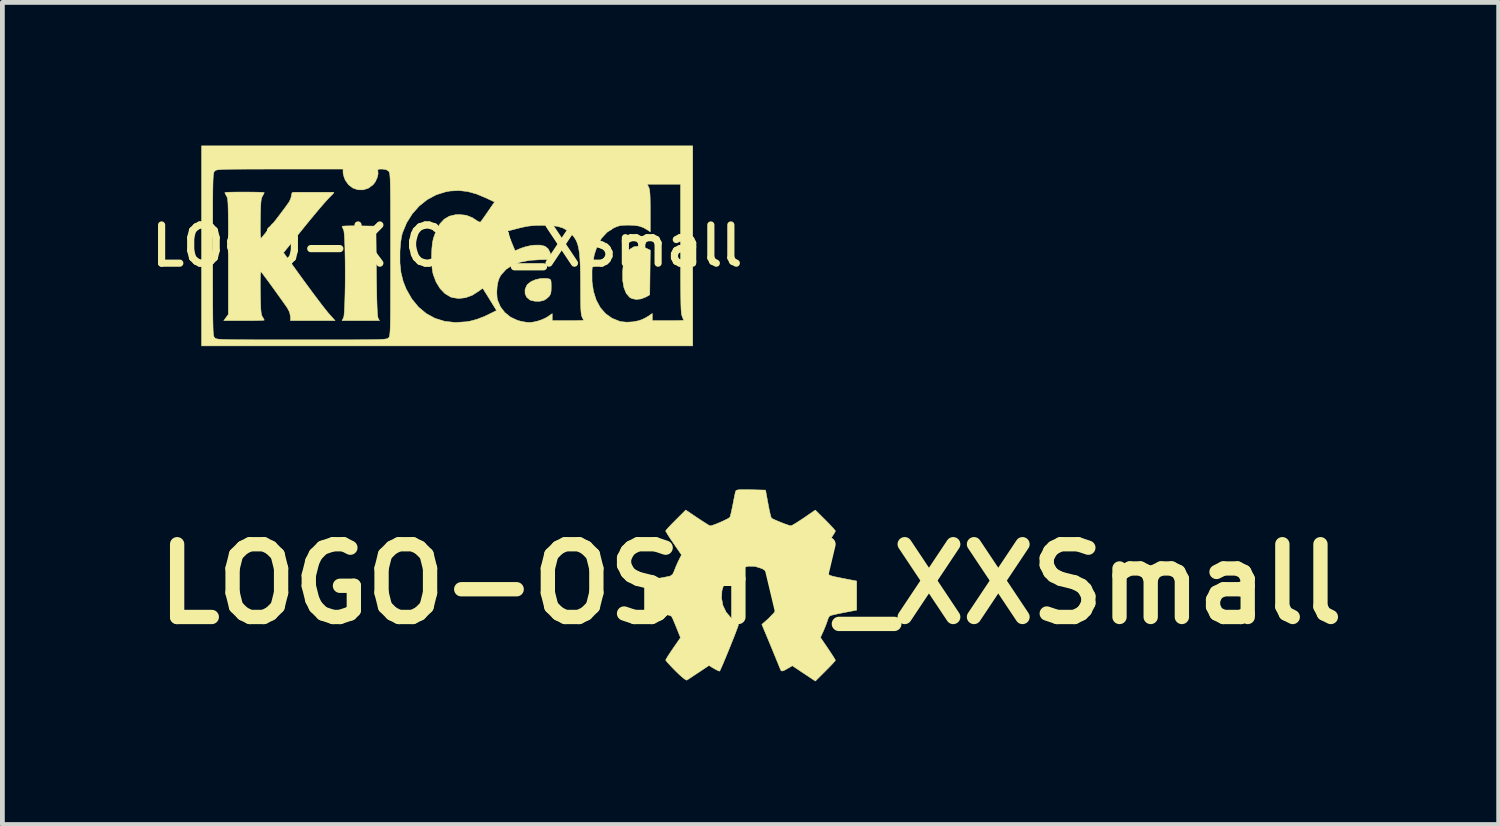
<source format=kicad_pcb>
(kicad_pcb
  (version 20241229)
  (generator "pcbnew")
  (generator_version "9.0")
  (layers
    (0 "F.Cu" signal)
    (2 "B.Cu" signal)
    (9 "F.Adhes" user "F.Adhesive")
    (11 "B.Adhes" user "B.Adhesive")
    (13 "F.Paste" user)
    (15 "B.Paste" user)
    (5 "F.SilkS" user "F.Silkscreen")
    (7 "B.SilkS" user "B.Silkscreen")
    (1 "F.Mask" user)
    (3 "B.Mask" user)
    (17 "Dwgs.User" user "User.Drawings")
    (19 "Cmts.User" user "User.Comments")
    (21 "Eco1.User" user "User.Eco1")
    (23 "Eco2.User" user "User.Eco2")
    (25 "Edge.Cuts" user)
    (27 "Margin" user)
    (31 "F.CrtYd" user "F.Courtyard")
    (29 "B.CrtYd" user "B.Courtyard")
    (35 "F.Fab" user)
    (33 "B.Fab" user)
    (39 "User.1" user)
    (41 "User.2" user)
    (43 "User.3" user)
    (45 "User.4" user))
  (footprint "LOGO-KICAD_XSmall"
    (layer "F.Cu")
    (at 6.316 2.1)
    (property "Reference" "LOGO-KICAD_XSmall" (at 0 0 0) (layer "F.SilkS") (effects (font (size 0.8 0.8) (thickness 0.15))))
    (attr smd)
    (fp_poly (pts (xy 4.125 0.031) (xy 4.178 0.053) (xy 4.255 0.09) (xy 4.244 1.025) (xy 4.159 1.073) (xy 4.062 1.111) (xy 3.961 1.122) (xy 3.871 1.104) (xy 3.823 1.078) (xy 3.752 0.995) (xy 3.704 0.879) (xy 3.678 0.73) (xy 3.676 0.55) (xy 3.684 0.448) (xy 3.712 0.286) (xy 3.76 0.161) (xy 3.826 0.072) (xy 3.91 0.02) (xy 4.01 0.006) (xy 4.125 0.031)) (stroke (width 0.01) (type solid)) (fill yes) (layer "F.SilkS"))
    (fp_poly (pts (xy 2.133 0.691) (xy 2.157 0.701) (xy 2.172 0.721) (xy 2.178 0.762) (xy 2.18 0.833) (xy 2.18 0.857) (xy 2.178 0.941) (xy 2.17 0.996) (xy 2.153 1.034) (xy 2.128 1.066) (xy 2.076 1.111) (xy 2.023 1.143) (xy 2.021 1.143) (xy 1.938 1.161) (xy 1.844 1.16) (xy 1.759 1.143) (xy 1.731 1.131) (xy 1.665 1.074) (xy 1.632 0.998) (xy 1.632 0.913) (xy 1.667 0.83) (xy 1.684 0.806) (xy 1.756 0.749) (xy 1.854 0.707) (xy 1.965 0.683) (xy 2.075 0.681) (xy 2.133 0.691)) (stroke (width 0.01) (type solid)) (fill yes) (layer "F.SilkS"))
    (fp_poly (pts (xy -1.847 -0.419) (xy -1.492 -0.413) (xy -1.482 0.529) (xy -1.479 0.77) (xy -1.475 0.971) (xy -1.472 1.136) (xy -1.468 1.268) (xy -1.463 1.369) (xy -1.458 1.442) (xy -1.452 1.49) (xy -1.445 1.516) (xy -1.444 1.519) (xy -1.417 1.566) (xy -2.202 1.566) (xy -2.17 1.504) (xy -2.161 1.466) (xy -2.154 1.391) (xy -2.148 1.286) (xy -2.143 1.155) (xy -2.139 1.005) (xy -2.136 0.841) (xy -2.135 0.668) (xy -2.135 0.493) (xy -2.136 0.321) (xy -2.139 0.157) (xy -2.142 0.007) (xy -2.147 -0.123) (xy -2.153 -0.228) (xy -2.161 -0.301) (xy -2.169 -0.338) (xy -2.17 -0.339) (xy -2.192 -0.382) (xy -2.201 -0.408) (xy -2.181 -0.413) (xy -2.126 -0.417) (xy -2.042 -0.419) (xy -1.937 -0.419) (xy -1.847 -0.419)) (stroke (width 0.01) (type solid)) (fill yes) (layer "F.SilkS"))
    (fp_poly (pts (xy -4.158 -1.127) (xy -4.05 -1.126) (xy -3.956 -1.124) (xy -3.883 -1.122) (xy -3.84 -1.118) (xy -3.831 -1.116) (xy -3.842 -1.088) (xy -3.867 -1.044) (xy -3.868 -1.043) (xy -3.881 -1.017) (xy -3.891 -0.983) (xy -3.899 -0.932) (xy -3.904 -0.86) (xy -3.908 -0.76) (xy -3.911 -0.627) (xy -3.912 -0.562) (xy -3.914 -0.399) (xy -3.913 -0.278) (xy -3.909 -0.198) (xy -3.903 -0.161) (xy -3.898 -0.159) (xy -3.866 -0.195) (xy -3.815 -0.257) (xy -3.749 -0.339) (xy -3.674 -0.435) (xy -3.594 -0.538) (xy -3.515 -0.641) (xy -3.442 -0.738) (xy -3.379 -0.823) (xy -3.331 -0.89) (xy -3.303 -0.931) (xy -3.301 -0.936) (xy -3.274 -0.999) (xy -3.26 -1.058) (xy -3.26 -1.068) (xy -3.249 -1.111) (xy -3.228 -1.122) (xy -3.197 -1.122) (xy -3.132 -1.123) (xy -3.042 -1.123) (xy -2.934 -1.123) (xy -2.818 -1.123) (xy -2.7 -1.123) (xy -2.589 -1.123) (xy -2.493 -1.123) (xy -2.42 -1.123) (xy -2.378 -1.122) (xy -2.372 -1.122) (xy -2.376 -1.109) (xy -2.406 -1.074) (xy -2.455 -1.025) (xy -2.467 -1.013) (xy -2.509 -0.969) (xy -2.573 -0.898) (xy -2.655 -0.803) (xy -2.75 -0.69) (xy -2.854 -0.565) (xy -2.963 -0.432) (xy -3.004 -0.381) (xy -3.427 0.143) (xy -3.015 0.712) (xy -2.909 0.856) (xy -2.806 0.996) (xy -2.708 1.126) (xy -2.621 1.241) (xy -2.548 1.334) (xy -2.493 1.402) (xy -2.475 1.423) (xy -2.347 1.566) (xy -3.281 1.566) (xy -3.281 1.486) (xy -3.299 1.393) (xy -3.341 1.311) (xy -3.369 1.269) (xy -3.416 1.202) (xy -3.477 1.116) (xy -3.547 1.018) (xy -3.621 0.915) (xy -3.695 0.813) (xy -3.765 0.718) (xy -3.825 0.637) (xy -3.87 0.576) (xy -3.897 0.543) (xy -3.899 0.54) (xy -3.906 0.553) (xy -3.91 0.605) (xy -3.913 0.694) (xy -3.914 0.817) (xy -3.912 0.971) (xy -3.912 0.975) (xy -3.909 1.129) (xy -3.906 1.247) (xy -3.902 1.335) (xy -3.896 1.397) (xy -3.888 1.44) (xy -3.878 1.471) (xy -3.868 1.487) (xy -3.842 1.53) (xy -3.831 1.555) (xy -3.831 1.555) (xy -3.851 1.558) (xy -3.907 1.561) (xy -3.993 1.564) (xy -4.102 1.566) (xy -4.228 1.566) (xy -4.255 1.566) (xy -4.679 1.566) (xy -4.631 1.501) (xy -4.583 1.436) (xy -4.583 0.225) (xy -4.583 -0.032) (xy -4.583 -0.251) (xy -4.583 -0.434) (xy -4.584 -0.584) (xy -4.586 -0.706) (xy -4.588 -0.803) (xy -4.59 -0.877) (xy -4.594 -0.934) (xy -4.598 -0.975) (xy -4.604 -1.004) (xy -4.611 -1.025) (xy -4.619 -1.041) (xy -4.624 -1.049) (xy -4.648 -1.091) (xy -4.656 -1.116) (xy -4.655 -1.117) (xy -4.63 -1.121) (xy -4.571 -1.124) (xy -4.486 -1.126) (xy -4.384 -1.127) (xy -4.272 -1.127) (xy -4.158 -1.127)) (stroke (width 0.01) (type solid)) (fill yes) (layer "F.SilkS"))
    (fp_poly (pts (xy 5.144 2.095) (xy -5.144 2.095) (xy -5.144 0.18) (xy -4.911 0.18) (xy -4.911 0.488) (xy -4.911 0.757) (xy -4.91 0.989) (xy -4.91 1.187) (xy -4.909 1.354) (xy -4.908 1.493) (xy -4.906 1.606) (xy -4.904 1.696) (xy -4.902 1.766) (xy -4.898 1.819) (xy -4.895 1.858) (xy -4.89 1.885) (xy -4.884 1.903) (xy -4.878 1.915) (xy -4.871 1.924) (xy -4.868 1.926) (xy -4.86 1.934) (xy -4.849 1.94) (xy -4.833 1.946) (xy -4.81 1.951) (xy -4.775 1.955) (xy -4.728 1.958) (xy -4.664 1.961) (xy -4.581 1.963) (xy -4.477 1.965) (xy -4.349 1.966) (xy -4.194 1.967) (xy -4.008 1.968) (xy -3.791 1.968) (xy -3.538 1.968) (xy -3.248 1.968) (xy -3.048 1.968) (xy -2.733 1.968) (xy -2.457 1.968) (xy -2.218 1.968) (xy -2.013 1.968) (xy -1.84 1.967) (xy -1.695 1.966) (xy -1.576 1.964) (xy -1.481 1.963) (xy -1.406 1.96) (xy -1.348 1.957) (xy -1.306 1.953) (xy -1.276 1.949) (xy -1.256 1.944) (xy -1.242 1.938) (xy -1.233 1.931) (xy -1.228 1.926) (xy -1.22 1.918) (xy -1.213 1.907) (xy -1.208 1.891) (xy -1.203 1.866) (xy -1.199 1.831) (xy -1.195 1.782) (xy -1.192 1.717) (xy -1.19 1.633) (xy -1.188 1.527) (xy -1.187 1.395) (xy -1.186 1.237) (xy -1.186 1.047) (xy -1.186 0.825) (xy -1.185 0.567) (xy -1.185 0.358) (xy -0.989 0.358) (xy -0.967 0.56) (xy -0.921 0.745) (xy -0.858 0.904) (xy -0.741 1.11) (xy -0.6 1.282) (xy -0.437 1.418) (xy -0.254 1.518) (xy -0.052 1.58) (xy 0.167 1.605) (xy 0.402 1.59) (xy 0.48 1.577) (xy 0.622 1.539) (xy 0.777 1.48) (xy 0.84 1.45) (xy 1.035 1.354) (xy 0.895 1.127) (xy 0.842 1.04) (xy 0.805 0.982) (xy 1.04 0.982) (xy 1.047 1.091) (xy 1.056 1.136) (xy 1.115 1.275) (xy 1.208 1.396) (xy 1.329 1.493) (xy 1.472 1.56) (xy 1.542 1.579) (xy 1.641 1.598) (xy 1.718 1.605) (xy 1.79 1.599) (xy 1.877 1.581) (xy 1.895 1.576) (xy 1.983 1.547) (xy 2.069 1.507) (xy 2.111 1.482) (xy 2.201 1.419) (xy 2.201 1.566) (xy 2.529 1.566) (xy 2.642 1.566) (xy 2.738 1.564) (xy 2.81 1.562) (xy 2.851 1.56) (xy 2.857 1.558) (xy 2.849 1.536) (xy 2.827 1.492) (xy 2.826 1.489) (xy 2.816 1.464) (xy 2.809 1.425) (xy 2.803 1.368) (xy 2.799 1.289) (xy 2.796 1.182) (xy 2.795 1.044) (xy 2.794 0.868) (xy 2.794 0.847) (xy 2.793 0.618) (xy 2.791 0.519) (xy 3.034 0.519) (xy 3.035 0.747) (xy 3.065 0.953) (xy 3.123 1.136) (xy 3.208 1.293) (xy 3.319 1.42) (xy 3.453 1.516) (xy 3.609 1.579) (xy 3.648 1.588) (xy 3.76 1.599) (xy 3.887 1.592) (xy 4.008 1.569) (xy 4.081 1.544) (xy 4.153 1.509) (xy 4.219 1.47) (xy 4.234 1.46) (xy 4.297 1.415) (xy 4.297 1.566) (xy 4.625 1.566) (xy 4.737 1.566) (xy 4.833 1.565) (xy 4.905 1.562) (xy 4.946 1.56) (xy 4.953 1.558) (xy 4.946 1.536) (xy 4.927 1.489) (xy 4.921 1.474) (xy 4.915 1.454) (xy 4.909 1.424) (xy 4.904 1.381) (xy 4.9 1.322) (xy 4.897 1.244) (xy 4.895 1.145) (xy 4.893 1.02) (xy 4.891 0.867) (xy 4.89 0.683) (xy 4.89 0.464) (xy 4.89 0.208) (xy 4.889 0.054) (xy 4.889 -1.291) (xy 4.19 -1.291) (xy 4.222 -1.229) (xy 4.234 -1.198) (xy 4.242 -1.154) (xy 4.248 -1.09) (xy 4.252 -1.001) (xy 4.254 -0.881) (xy 4.255 -0.73) (xy 4.255 -0.293) (xy 4.196 -0.334) (xy 4.111 -0.383) (xy 4.022 -0.414) (xy 3.916 -0.43) (xy 3.799 -0.434) (xy 3.7 -0.432) (xy 3.628 -0.425) (xy 3.568 -0.409) (xy 3.504 -0.382) (xy 3.489 -0.375) (xy 3.35 -0.285) (xy 3.236 -0.162) (xy 3.147 -0.007) (xy 3.083 0.181) (xy 3.044 0.403) (xy 3.034 0.519) (xy 2.791 0.519) (xy 2.789 0.428) (xy 2.781 0.27) (xy 2.77 0.141) (xy 2.752 0.036) (xy 2.729 -0.05) (xy 2.699 -0.12) (xy 2.661 -0.181) (xy 2.615 -0.236) (xy 2.591 -0.26) (xy 2.511 -0.326) (xy 2.425 -0.374) (xy 2.324 -0.406) (xy 2.201 -0.424) (xy 2.046 -0.43) (xy 2 -0.43) (xy 1.869 -0.428) (xy 1.764 -0.421) (xy 1.668 -0.409) (xy 1.566 -0.387) (xy 1.489 -0.368) (xy 1.253 -0.307) (xy 1.338 -0.103) (xy 1.422 0.101) (xy 1.55 0.049) (xy 1.645 0.018) (xy 1.753 -0.006) (xy 1.823 -0.015) (xy 1.95 -0.016) (xy 2.046 0.007) (xy 2.112 0.057) (xy 2.155 0.136) (xy 2.171 0.206) (xy 2.184 0.287) (xy 1.965 0.289) (xy 1.732 0.303) (xy 1.532 0.341) (xy 1.366 0.405) (xy 1.232 0.494) (xy 1.13 0.608) (xy 1.095 0.667) (xy 1.065 0.753) (xy 1.046 0.864) (xy 1.04 0.982) (xy 0.805 0.982) (xy 0.796 0.968) (xy 0.764 0.916) (xy 0.749 0.892) (xy 0.749 0.892) (xy 0.73 0.899) (xy 0.69 0.927) (xy 0.659 0.95) (xy 0.525 1.035) (xy 0.383 1.086) (xy 0.241 1.102) (xy 0.107 1.082) (xy 0.068 1.068) (xy -0.047 0.998) (xy -0.148 0.893) (xy -0.231 0.758) (xy -0.291 0.6) (xy -0.298 0.572) (xy -0.315 0.468) (xy -0.325 0.339) (xy -0.326 0.198) (xy -0.32 0.059) (xy -0.307 -0.066) (xy -0.288 -0.158) (xy -0.226 -0.329) (xy -0.151 -0.462) (xy -0.062 -0.558) (xy 0.045 -0.621) (xy 0.172 -0.652) (xy 0.254 -0.656) (xy 0.399 -0.641) (xy 0.527 -0.591) (xy 0.609 -0.537) (xy 0.658 -0.506) (xy 0.693 -0.497) (xy 0.699 -0.5) (xy 0.718 -0.524) (xy 0.755 -0.575) (xy 0.805 -0.646) (xy 0.855 -0.719) (xy 0.993 -0.919) (xy 0.82 -1.001) (xy 0.615 -1.087) (xy 0.426 -1.139) (xy 0.245 -1.159) (xy 0.062 -1.149) (xy -0.032 -1.132) (xy -0.231 -1.069) (xy -0.417 -0.969) (xy -0.584 -0.836) (xy -0.729 -0.673) (xy -0.847 -0.486) (xy -0.934 -0.277) (xy -0.941 -0.254) (xy -0.958 -0.18) (xy -0.973 -0.076) (xy -0.984 0.046) (xy -0.989 0.128) (xy -0.989 0.358) (xy -1.185 0.358) (xy -1.185 0.27) (xy -1.185 0.18) (xy -1.185 -0.128) (xy -1.185 -0.397) (xy -1.186 -0.629) (xy -1.186 -0.827) (xy -1.187 -0.994) (xy -1.188 -1.133) (xy -1.19 -1.246) (xy -1.192 -1.336) (xy -1.194 -1.406) (xy -1.198 -1.459) (xy -1.201 -1.498) (xy -1.206 -1.525) (xy -1.212 -1.543) (xy -1.218 -1.555) (xy -1.225 -1.564) (xy -1.228 -1.566) (xy -1.28 -1.598) (xy -1.359 -1.609) (xy -1.367 -1.609) (xy -1.425 -1.607) (xy -1.451 -1.598) (xy -1.453 -1.577) (xy -1.45 -1.567) (xy -1.447 -1.502) (xy -1.468 -1.421) (xy -1.506 -1.34) (xy -1.553 -1.279) (xy -1.651 -1.208) (xy -1.759 -1.173) (xy -1.869 -1.175) (xy -1.974 -1.211) (xy -2.065 -1.28) (xy -2.133 -1.375) (xy -2.161 -1.447) (xy -2.178 -1.516) (xy -2.18 -1.539) (xy -2.18 -1.609) (xy -3.503 -1.609) (xy -3.772 -1.609) (xy -4.003 -1.608) (xy -4.197 -1.608) (xy -4.358 -1.607) (xy -4.49 -1.606) (xy -4.596 -1.605) (xy -4.678 -1.602) (xy -4.741 -1.599) (xy -4.786 -1.595) (xy -4.818 -1.591) (xy -4.84 -1.585) (xy -4.854 -1.578) (xy -4.865 -1.57) (xy -4.868 -1.566) (xy -4.876 -1.558) (xy -4.883 -1.547) (xy -4.888 -1.531) (xy -4.893 -1.506) (xy -4.897 -1.471) (xy -4.901 -1.423) (xy -4.904 -1.357) (xy -4.906 -1.273) (xy -4.908 -1.167) (xy -4.909 -1.036) (xy -4.91 -0.877) (xy -4.91 -0.688) (xy -4.91 -0.465) (xy -4.911 -0.207) (xy -4.911 0.09) (xy -4.911 0.18) (xy -5.144 0.18) (xy -5.144 -2.095) (xy 5.144 -2.095) (xy 5.144 2.095)) (stroke (width 0.01) (type solid)) (fill yes) (layer "F.SilkS")))
  (footprint "LOGO-OSHW_XXSmall"
    (layer "F.Cu")
    (at 12.671 9.184)
    (property "Reference" "LOGO-OSHW_XXSmall" (at 0 0 180) (layer "F.SilkS") (effects (font (size 1.524 1.524) (thickness 0.3))))
    (attr smd)
    (fp_poly (pts (xy -0.048 -1.977) (xy 0.007 -1.976) (xy 0.315 -1.968) (xy 0.367 -1.684) (xy 0.389 -1.57) (xy 0.41 -1.474) (xy 0.428 -1.407) (xy 0.438 -1.382) (xy 0.472 -1.362) (xy 0.539 -1.332) (xy 0.624 -1.297) (xy 0.712 -1.262) (xy 0.789 -1.235) (xy 0.838 -1.221) (xy 0.846 -1.22) (xy 0.878 -1.234) (xy 0.942 -1.271) (xy 1.028 -1.326) (xy 1.117 -1.385) (xy 1.357 -1.55) (xy 1.568 -1.341) (xy 1.65 -1.257) (xy 1.718 -1.185) (xy 1.763 -1.133) (xy 1.778 -1.11) (xy 1.764 -1.082) (xy 1.727 -1.021) (xy 1.672 -0.938) (xy 1.612 -0.85) (xy 1.446 -0.612) (xy 1.507 -0.49) (xy 1.549 -0.399) (xy 1.586 -0.308) (xy 1.598 -0.275) (xy 1.609 -0.24) (xy 1.621 -0.214) (xy 1.641 -0.194) (xy 1.677 -0.177) (xy 1.736 -0.16) (xy 1.825 -0.141) (xy 1.952 -0.116) (xy 2.057 -0.095) (xy 2.223 -0.064) (xy 2.223 0.546) (xy 1.956 0.597) (xy 1.843 0.62) (xy 1.748 0.641) (xy 1.683 0.658) (xy 1.66 0.667) (xy 1.633 0.703) (xy 1.614 0.755) (xy 1.594 0.816) (xy 1.561 0.902) (xy 1.531 0.973) (xy 1.465 1.12) (xy 1.622 1.35) (xy 1.685 1.445) (xy 1.736 1.524) (xy 1.769 1.578) (xy 1.778 1.598) (xy 1.761 1.621) (xy 1.715 1.672) (xy 1.647 1.743) (xy 1.568 1.823) (xy 1.358 2.032) (xy 1.117 1.872) (xy 0.876 1.711) (xy 0.775 1.77) (xy 0.702 1.81) (xy 0.66 1.823) (xy 0.637 1.81) (xy 0.618 1.768) (xy 0.614 1.759) (xy 0.596 1.713) (xy 0.562 1.63) (xy 0.516 1.518) (xy 0.462 1.386) (xy 0.413 1.267) (xy 0.237 0.845) (xy 0.376 0.723) (xy 0.495 0.599) (xy 0.569 0.472) (xy 0.605 0.331) (xy 0.609 0.25) (xy 0.586 0.073) (xy 0.518 -0.083) (xy 0.408 -0.213) (xy 0.258 -0.314) (xy 0.229 -0.328) (xy 0.093 -0.371) (xy -0.043 -0.374) (xy -0.194 -0.336) (xy -0.21 -0.33) (xy -0.359 -0.25) (xy -0.474 -0.14) (xy -0.554 -0.007) (xy -0.599 0.14) (xy -0.607 0.294) (xy -0.579 0.446) (xy -0.512 0.587) (xy -0.406 0.711) (xy -0.327 0.771) (xy -0.277 0.813) (xy -0.254 0.852) (xy -0.254 0.855) (xy -0.263 0.887) (xy -0.289 0.956) (xy -0.326 1.055) (xy -0.373 1.173) (xy -0.425 1.303) (xy -0.479 1.436) (xy -0.531 1.561) (xy -0.577 1.672) (xy -0.615 1.758) (xy -0.639 1.811) (xy -0.647 1.824) (xy -0.672 1.818) (xy -0.726 1.791) (xy -0.764 1.77) (xy -0.871 1.706) (xy -1.09 1.852) (xy -1.184 1.914) (xy -1.263 1.967) (xy -1.318 2.002) (xy -1.335 2.013) (xy -1.363 2.003) (xy -1.417 1.962) (xy -1.491 1.897) (xy -1.57 1.821) (xy -1.652 1.737) (xy -1.719 1.665) (xy -1.763 1.614) (xy -1.778 1.592) (xy -1.764 1.564) (xy -1.727 1.504) (xy -1.673 1.422) (xy -1.623 1.348) (xy -1.467 1.123) (xy -1.552 0.911) (xy -1.592 0.813) (xy -1.626 0.733) (xy -1.651 0.683) (xy -1.657 0.674) (xy -1.689 0.659) (xy -1.76 0.639) (xy -1.859 0.616) (xy -1.95 0.597) (xy -2.223 0.546) (xy -2.223 -0.064) (xy -1.981 -0.109) (xy -1.87 -0.13) (xy -1.773 -0.148) (xy -1.705 -0.162) (xy -1.685 -0.166) (xy -1.632 -0.203) (xy -1.599 -0.273) (xy -1.568 -0.354) (xy -1.526 -0.45) (xy -1.507 -0.49) (xy -1.446 -0.611) (xy -1.612 -0.853) (xy -1.678 -0.949) (xy -1.731 -1.031) (xy -1.766 -1.089) (xy -1.778 -1.113) (xy -1.761 -1.137) (xy -1.715 -1.189) (xy -1.647 -1.261) (xy -1.567 -1.341) (xy -1.357 -1.551) (xy -1.111 -1.385) (xy -1.012 -1.32) (xy -0.929 -1.267) (xy -0.87 -1.231) (xy -0.845 -1.219) (xy -0.801 -1.229) (xy -0.729 -1.255) (xy -0.643 -1.29) (xy -0.557 -1.329) (xy -0.484 -1.365) (xy -0.439 -1.393) (xy -0.432 -1.4) (xy -0.419 -1.44) (xy -0.401 -1.516) (xy -0.38 -1.615) (xy -0.37 -1.664) (xy -0.35 -1.77) (xy -0.331 -1.862) (xy -0.318 -1.923) (xy -0.314 -1.938) (xy -0.304 -1.957) (xy -0.281 -1.969) (xy -0.236 -1.976) (xy -0.161 -1.978) (xy -0.048 -1.977)) (stroke (width 0.01) (type solid)) (fill yes) (layer "F.SilkS")))
  (gr_rect
    (start -3 -3)
    (end 28.342 14.221)
    (stroke (width 0.1) (type default))
    (fill no)
    (layer "Edge.Cuts")))
</source>
